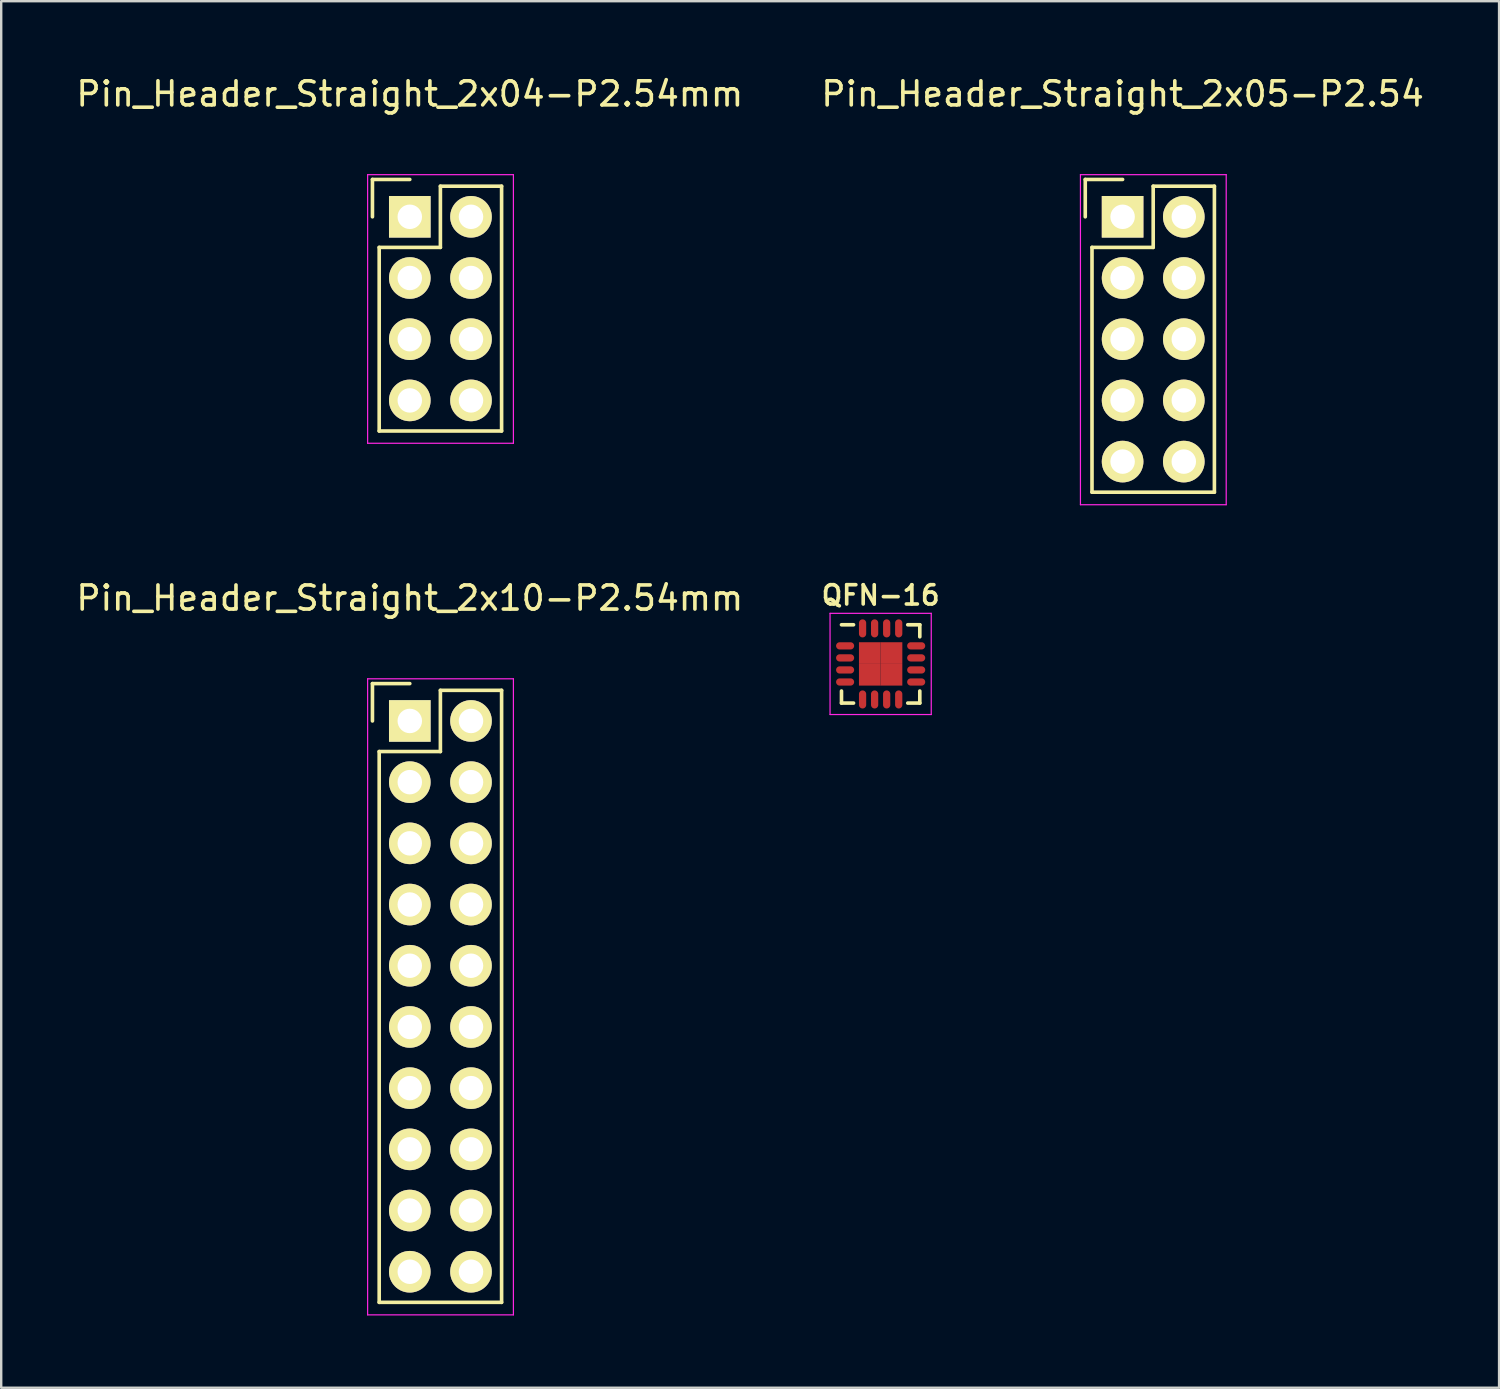
<source format=kicad_pcb>
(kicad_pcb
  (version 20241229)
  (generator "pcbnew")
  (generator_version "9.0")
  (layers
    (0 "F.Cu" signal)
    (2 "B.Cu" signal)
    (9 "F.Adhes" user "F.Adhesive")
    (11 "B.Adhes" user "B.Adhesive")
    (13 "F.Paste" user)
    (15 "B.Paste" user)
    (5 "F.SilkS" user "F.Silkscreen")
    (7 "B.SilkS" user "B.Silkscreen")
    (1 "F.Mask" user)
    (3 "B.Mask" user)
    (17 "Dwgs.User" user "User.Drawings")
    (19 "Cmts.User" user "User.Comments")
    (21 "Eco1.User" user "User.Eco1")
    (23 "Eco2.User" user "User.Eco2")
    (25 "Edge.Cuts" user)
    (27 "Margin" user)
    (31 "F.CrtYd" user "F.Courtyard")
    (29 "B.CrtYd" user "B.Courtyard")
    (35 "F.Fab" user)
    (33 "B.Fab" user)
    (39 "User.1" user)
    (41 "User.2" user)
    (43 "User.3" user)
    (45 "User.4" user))
  (footprint "QFN-16"
    (layer "F.Cu")
    (at 33.5 24.505)
    (property "Reference" "QFN-16" (at 0 -2.85 0) (layer "F.SilkS") (effects (font (size 0.8 0.8) (thickness 0.15))))
    (attr smd)
    (fp_line (start -1.625 -1.625) (end -1.125 -1.625) (stroke (width 0.15) (type solid)) (layer "F.SilkS"))
    (fp_line (start -1.625 1.625) (end -1.625 1.125) (stroke (width 0.15) (type solid)) (layer "F.SilkS"))
    (fp_line (start -1.625 1.625) (end -1.125 1.625) (stroke (width 0.15) (type solid)) (layer "F.SilkS"))
    (fp_line (start 1.625 -1.625) (end 1.125 -1.625) (stroke (width 0.15) (type solid)) (layer "F.SilkS"))
    (fp_line (start 1.625 -1.625) (end 1.625 -1.125) (stroke (width 0.15) (type solid)) (layer "F.SilkS"))
    (fp_line (start 1.625 1.625) (end 1.125 1.625) (stroke (width 0.15) (type solid)) (layer "F.SilkS"))
    (fp_line (start 1.625 1.625) (end 1.625 1.125) (stroke (width 0.15) (type solid)) (layer "F.SilkS"))
    (fp_line (start -2.1 -2.1) (end -2.1 2.1) (stroke (width 0.05) (type solid)) (layer "F.CrtYd"))
    (fp_line (start -2.1 -2.1) (end 2.1 -2.1) (stroke (width 0.05) (type solid)) (layer "F.CrtYd"))
    (fp_line (start -2.1 2.1) (end 2.1 2.1) (stroke (width 0.05) (type solid)) (layer "F.CrtYd"))
    (fp_line (start 2.1 -2.1) (end 2.1 2.1) (stroke (width 0.05) (type solid)) (layer "F.CrtYd"))
    (pad "1" smd oval (at -1.475 -0.75) (size 0.75 0.3) (layers "F.Cu" "F.Mask" "F.Paste"))
    (pad "2" smd oval (at -1.475 -0.25) (size 0.75 0.3) (layers "F.Cu" "F.Mask" "F.Paste"))
    (pad "3" smd oval (at -1.475 0.25) (size 0.75 0.3) (layers "F.Cu" "F.Mask" "F.Paste"))
    (pad "4" smd oval (at -1.475 0.75) (size 0.75 0.3) (layers "F.Cu" "F.Mask" "F.Paste"))
    (pad "5" smd oval (at -0.75 1.475 90) (size 0.75 0.3) (layers "F.Cu" "F.Mask" "F.Paste"))
    (pad "6" smd oval (at -0.25 1.475 90) (size 0.75 0.3) (layers "F.Cu" "F.Mask" "F.Paste"))
    (pad "7" smd oval (at 0.25 1.475 90) (size 0.75 0.3) (layers "F.Cu" "F.Mask" "F.Paste"))
    (pad "8" smd oval (at 0.75 1.475 90) (size 0.75 0.3) (layers "F.Cu" "F.Mask" "F.Paste"))
    (pad "9" smd oval (at 1.475 0.75) (size 0.75 0.3) (layers "F.Cu" "F.Mask" "F.Paste"))
    (pad "10" smd oval (at 1.475 0.25) (size 0.75 0.3) (layers "F.Cu" "F.Mask" "F.Paste"))
    (pad "11" smd oval (at 1.475 -0.25) (size 0.75 0.3) (layers "F.Cu" "F.Mask" "F.Paste"))
    (pad "12" smd oval (at 1.475 -0.75) (size 0.75 0.3) (layers "F.Cu" "F.Mask" "F.Paste"))
    (pad "13" smd oval (at 0.75 -1.475 90) (size 0.75 0.3) (layers "F.Cu" "F.Mask" "F.Paste"))
    (pad "14" smd oval (at 0.25 -1.475 90) (size 0.75 0.3) (layers "F.Cu" "F.Mask" "F.Paste"))
    (pad "15" smd oval (at -0.25 -1.475 90) (size 0.75 0.3) (layers "F.Cu" "F.Mask" "F.Paste"))
    (pad "16" smd oval (at -0.75 -1.475 90) (size 0.75 0.3) (layers "F.Cu" "F.Mask" "F.Paste"))
    (pad "17" smd rect (at -0.45 -0.45) (size 0.9 0.9) (layers "F.Cu" "F.Mask" "F.Paste"))
    (pad "17" smd rect (at -0.45 0.45) (size 0.9 0.9) (layers "F.Cu" "F.Mask" "F.Paste"))
    (pad "17" smd rect (at 0.45 -0.45) (size 0.9 0.9) (layers "F.Cu" "F.Mask" "F.Paste"))
    (pad "17" smd rect (at 0.45 0.45) (size 0.9 0.9) (layers "F.Cu" "F.Mask" "F.Paste")))
  (footprint "Pin_Header_Straight_2x04-P2.54mm"
    (layer "F.Cu")
    (at 13.958 5.948)
    (property "Reference" "Pin_Header_Straight_2x04-P2.54mm" (at 0 -5.1 0) (layer "F.SilkS") (effects (font (size 1 1) (thickness 0.15))))
    (attr smd)
    (fp_line (start -1.55 -1.55) (end -1.55 0) (stroke (width 0.15) (type solid)) (layer "F.SilkS"))
    (fp_line (start -1.27 1.27) (end -1.27 8.89) (stroke (width 0.15) (type solid)) (layer "F.SilkS"))
    (fp_line (start -1.27 8.89) (end 3.81 8.89) (stroke (width 0.15) (type solid)) (layer "F.SilkS"))
    (fp_line (start 0 -1.55) (end -1.55 -1.55) (stroke (width 0.15) (type solid)) (layer "F.SilkS"))
    (fp_line (start 1.27 -1.27) (end 1.27 1.27) (stroke (width 0.15) (type solid)) (layer "F.SilkS"))
    (fp_line (start 1.27 1.27) (end -1.27 1.27) (stroke (width 0.15) (type solid)) (layer "F.SilkS"))
    (fp_line (start 3.81 -1.27) (end 1.27 -1.27) (stroke (width 0.15) (type solid)) (layer "F.SilkS"))
    (fp_line (start 3.81 8.89) (end 3.81 -1.27) (stroke (width 0.15) (type solid)) (layer "F.SilkS"))
    (fp_line (start -1.75 -1.75) (end -1.75 9.4) (stroke (width 0.05) (type solid)) (layer "F.CrtYd"))
    (fp_line (start -1.75 -1.75) (end 4.3 -1.75) (stroke (width 0.05) (type solid)) (layer "F.CrtYd"))
    (fp_line (start -1.75 9.4) (end 4.3 9.4) (stroke (width 0.05) (type solid)) (layer "F.CrtYd"))
    (fp_line (start 4.3 -1.75) (end 4.3 9.4) (stroke (width 0.05) (type solid)) (layer "F.CrtYd"))
    (pad "1" thru_hole rect (at 0 0) (size 1.727 1.727) (drill 1.016) (layers "*.Cu" "*.Mask" "F.SilkS"))
    (pad "2" thru_hole oval (at 2.54 0) (size 1.727 1.727) (drill 1.016) (layers "*.Cu" "*.Mask" "F.SilkS"))
    (pad "3" thru_hole oval (at 0 2.54) (size 1.727 1.727) (drill 1.016) (layers "*.Cu" "*.Mask" "F.SilkS"))
    (pad "4" thru_hole oval (at 2.54 2.54) (size 1.727 1.727) (drill 1.016) (layers "*.Cu" "*.Mask" "F.SilkS"))
    (pad "5" thru_hole oval (at 0 5.08) (size 1.727 1.727) (drill 1.016) (layers "*.Cu" "*.Mask" "F.SilkS"))
    (pad "6" thru_hole oval (at 2.54 5.08) (size 1.727 1.727) (drill 1.016) (layers "*.Cu" "*.Mask" "F.SilkS"))
    (pad "7" thru_hole oval (at 0 7.62) (size 1.727 1.727) (drill 1.016) (layers "*.Cu" "*.Mask" "F.SilkS"))
    (pad "8" thru_hole oval (at 2.54 7.62) (size 1.727 1.727) (drill 1.016) (layers "*.Cu" "*.Mask" "F.SilkS")))
  (footprint "Pin_Header_Straight_2x05-P2.54"
    (layer "F.Cu")
    (at 43.542 5.948)
    (property "Reference" "Pin_Header_Straight_2x05-P2.54" (at 0 -5.1 0) (layer "F.SilkS") (effects (font (size 1 1) (thickness 0.15))))
    (attr smd)
    (fp_line (start -1.55 -1.55) (end -1.55 0) (stroke (width 0.15) (type solid)) (layer "F.SilkS"))
    (fp_line (start -1.27 11.43) (end -1.27 1.27) (stroke (width 0.15) (type solid)) (layer "F.SilkS"))
    (fp_line (start 0 -1.55) (end -1.55 -1.55) (stroke (width 0.15) (type solid)) (layer "F.SilkS"))
    (fp_line (start 1.27 -1.27) (end 1.27 1.27) (stroke (width 0.15) (type solid)) (layer "F.SilkS"))
    (fp_line (start 1.27 1.27) (end -1.27 1.27) (stroke (width 0.15) (type solid)) (layer "F.SilkS"))
    (fp_line (start 3.81 -1.27) (end 1.27 -1.27) (stroke (width 0.15) (type solid)) (layer "F.SilkS"))
    (fp_line (start 3.81 -1.27) (end 3.81 11.43) (stroke (width 0.15) (type solid)) (layer "F.SilkS"))
    (fp_line (start 3.81 11.43) (end -1.27 11.43) (stroke (width 0.15) (type solid)) (layer "F.SilkS"))
    (fp_line (start -1.75 -1.75) (end -1.75 11.95) (stroke (width 0.05) (type solid)) (layer "F.CrtYd"))
    (fp_line (start -1.75 -1.75) (end 4.3 -1.75) (stroke (width 0.05) (type solid)) (layer "F.CrtYd"))
    (fp_line (start -1.75 11.95) (end 4.3 11.95) (stroke (width 0.05) (type solid)) (layer "F.CrtYd"))
    (fp_line (start 4.3 -1.75) (end 4.3 11.95) (stroke (width 0.05) (type solid)) (layer "F.CrtYd"))
    (pad "1" thru_hole rect (at 0 0) (size 1.727 1.727) (drill 1.016) (layers "*.Cu" "*.Mask" "F.SilkS"))
    (pad "2" thru_hole oval (at 2.54 0) (size 1.727 1.727) (drill 1.016) (layers "*.Cu" "*.Mask" "F.SilkS"))
    (pad "3" thru_hole oval (at 0 2.54) (size 1.727 1.727) (drill 1.016) (layers "*.Cu" "*.Mask" "F.SilkS"))
    (pad "4" thru_hole oval (at 2.54 2.54) (size 1.727 1.727) (drill 1.016) (layers "*.Cu" "*.Mask" "F.SilkS"))
    (pad "5" thru_hole oval (at 0 5.08) (size 1.727 1.727) (drill 1.016) (layers "*.Cu" "*.Mask" "F.SilkS"))
    (pad "6" thru_hole oval (at 2.54 5.08) (size 1.727 1.727) (drill 1.016) (layers "*.Cu" "*.Mask" "F.SilkS"))
    (pad "7" thru_hole oval (at 0 7.62) (size 1.727 1.727) (drill 1.016) (layers "*.Cu" "*.Mask" "F.SilkS"))
    (pad "8" thru_hole oval (at 2.54 7.62) (size 1.727 1.727) (drill 1.016) (layers "*.Cu" "*.Mask" "F.SilkS"))
    (pad "9" thru_hole oval (at 0 10.16) (size 1.727 1.727) (drill 1.016) (layers "*.Cu" "*.Mask" "F.SilkS"))
    (pad "10" thru_hole oval (at 2.54 10.16) (size 1.727 1.727) (drill 1.016) (layers "*.Cu" "*.Mask" "F.SilkS")))
  (footprint "Pin_Header_Straight_2x10-P2.54mm"
    (layer "F.Cu")
    (at 13.958 26.872)
    (property "Reference" "Pin_Header_Straight_2x10-P2.54mm" (at 0 -5.1 0) (layer "F.SilkS") (effects (font (size 1 1) (thickness 0.15))))
    (attr smd)
    (fp_line (start -1.55 -1.55) (end -1.55 0) (stroke (width 0.15) (type solid)) (layer "F.SilkS"))
    (fp_line (start -1.27 1.27) (end -1.27 24.13) (stroke (width 0.15) (type solid)) (layer "F.SilkS"))
    (fp_line (start 0 -1.55) (end -1.55 -1.55) (stroke (width 0.15) (type solid)) (layer "F.SilkS"))
    (fp_line (start 1.27 -1.27) (end 1.27 1.27) (stroke (width 0.15) (type solid)) (layer "F.SilkS"))
    (fp_line (start 1.27 1.27) (end -1.27 1.27) (stroke (width 0.15) (type solid)) (layer "F.SilkS"))
    (fp_line (start 3.81 -1.27) (end 1.27 -1.27) (stroke (width 0.15) (type solid)) (layer "F.SilkS"))
    (fp_line (start 3.81 24.13) (end -1.27 24.13) (stroke (width 0.15) (type solid)) (layer "F.SilkS"))
    (fp_line (start 3.81 24.13) (end 3.81 -1.27) (stroke (width 0.15) (type solid)) (layer "F.SilkS"))
    (fp_line (start -1.75 -1.75) (end -1.75 24.65) (stroke (width 0.05) (type solid)) (layer "F.CrtYd"))
    (fp_line (start -1.75 -1.75) (end 4.3 -1.75) (stroke (width 0.05) (type solid)) (layer "F.CrtYd"))
    (fp_line (start -1.75 24.65) (end 4.3 24.65) (stroke (width 0.05) (type solid)) (layer "F.CrtYd"))
    (fp_line (start 4.3 -1.75) (end 4.3 24.65) (stroke (width 0.05) (type solid)) (layer "F.CrtYd"))
    (pad "1" thru_hole rect (at 0 0) (size 1.727 1.727) (drill 1.016) (layers "*.Cu" "*.Mask" "F.SilkS"))
    (pad "2" thru_hole oval (at 2.54 0) (size 1.727 1.727) (drill 1.016) (layers "*.Cu" "*.Mask" "F.SilkS"))
    (pad "3" thru_hole oval (at 0 2.54) (size 1.727 1.727) (drill 1.016) (layers "*.Cu" "*.Mask" "F.SilkS"))
    (pad "4" thru_hole oval (at 2.54 2.54) (size 1.727 1.727) (drill 1.016) (layers "*.Cu" "*.Mask" "F.SilkS"))
    (pad "5" thru_hole oval (at 0 5.08) (size 1.727 1.727) (drill 1.016) (layers "*.Cu" "*.Mask" "F.SilkS"))
    (pad "6" thru_hole oval (at 2.54 5.08) (size 1.727 1.727) (drill 1.016) (layers "*.Cu" "*.Mask" "F.SilkS"))
    (pad "7" thru_hole oval (at 0 7.62) (size 1.727 1.727) (drill 1.016) (layers "*.Cu" "*.Mask" "F.SilkS"))
    (pad "8" thru_hole oval (at 2.54 7.62) (size 1.727 1.727) (drill 1.016) (layers "*.Cu" "*.Mask" "F.SilkS"))
    (pad "9" thru_hole oval (at 0 10.16) (size 1.727 1.727) (drill 1.016) (layers "*.Cu" "*.Mask" "F.SilkS"))
    (pad "10" thru_hole oval (at 2.54 10.16) (size 1.727 1.727) (drill 1.016) (layers "*.Cu" "*.Mask" "F.SilkS"))
    (pad "11" thru_hole oval (at 0 12.7) (size 1.727 1.727) (drill 1.016) (layers "*.Cu" "*.Mask" "F.SilkS"))
    (pad "12" thru_hole oval (at 2.54 12.7) (size 1.727 1.727) (drill 1.016) (layers "*.Cu" "*.Mask" "F.SilkS"))
    (pad "13" thru_hole oval (at 0 15.24) (size 1.727 1.727) (drill 1.016) (layers "*.Cu" "*.Mask" "F.SilkS"))
    (pad "14" thru_hole oval (at 2.54 15.24) (size 1.727 1.727) (drill 1.016) (layers "*.Cu" "*.Mask" "F.SilkS"))
    (pad "15" thru_hole oval (at 0 17.78) (size 1.727 1.727) (drill 1.016) (layers "*.Cu" "*.Mask" "F.SilkS"))
    (pad "16" thru_hole oval (at 2.54 17.78) (size 1.727 1.727) (drill 1.016) (layers "*.Cu" "*.Mask" "F.SilkS"))
    (pad "17" thru_hole oval (at 0 20.32) (size 1.727 1.727) (drill 1.016) (layers "*.Cu" "*.Mask" "F.SilkS"))
    (pad "18" thru_hole oval (at 2.54 20.32) (size 1.727 1.727) (drill 1.016) (layers "*.Cu" "*.Mask" "F.SilkS"))
    (pad "19" thru_hole oval (at 0 22.86) (size 1.727 1.727) (drill 1.016) (layers "*.Cu" "*.Mask" "F.SilkS"))
    (pad "20" thru_hole oval (at 2.54 22.86) (size 1.727 1.727) (drill 1.016) (layers "*.Cu" "*.Mask" "F.SilkS")))
  (gr_rect
    (start -3 -3)
    (end 59.167 54.547)
    (stroke (width 0.1) (type default))
    (fill no)
    (layer "Edge.Cuts")))
</source>
